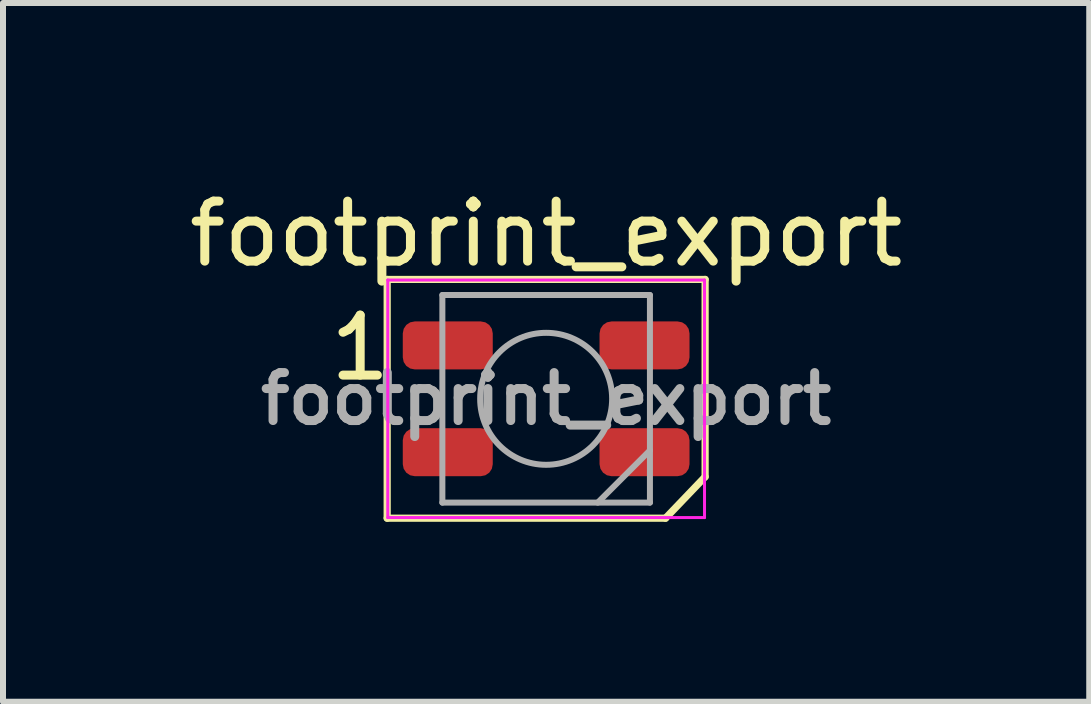
<source format=kicad_pcb>
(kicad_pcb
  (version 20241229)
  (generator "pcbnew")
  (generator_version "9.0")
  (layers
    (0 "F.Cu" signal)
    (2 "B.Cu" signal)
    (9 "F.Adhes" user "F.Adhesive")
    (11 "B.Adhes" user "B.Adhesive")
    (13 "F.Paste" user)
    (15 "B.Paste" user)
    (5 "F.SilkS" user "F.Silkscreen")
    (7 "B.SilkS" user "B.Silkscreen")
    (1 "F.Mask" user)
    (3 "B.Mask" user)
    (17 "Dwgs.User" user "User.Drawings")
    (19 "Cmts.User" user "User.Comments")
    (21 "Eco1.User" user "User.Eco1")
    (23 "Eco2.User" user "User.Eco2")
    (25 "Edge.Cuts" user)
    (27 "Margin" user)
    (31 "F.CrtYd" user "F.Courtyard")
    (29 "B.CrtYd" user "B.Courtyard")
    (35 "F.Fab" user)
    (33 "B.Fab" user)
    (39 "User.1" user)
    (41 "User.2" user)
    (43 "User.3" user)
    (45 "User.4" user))
  (footprint "footprint_export"
    (layer "F.Cu")
    (at 6.054 3.598)
    (property "Reference" "footprint_export" (at 0 -2.75 0) (layer "F.SilkS") (effects (font (size 1 1) (thickness 0.15))))
    (attr smd)
    (fp_line (start -2.65 -1.99) (end -2.65 1.99) (stroke (width 0.12) (type default)) (layer "F.SilkS"))
    (fp_line (start -2.65 -1.99) (end 2.65 -1.99) (stroke (width 0.12) (type solid)) (layer "F.SilkS"))
    (fp_line (start -2.65 1.99) (end 1.99 1.99) (stroke (width 0.12) (type solid)) (layer "F.SilkS"))
    (fp_line (start 2.65 1.3) (end 1.99 1.99) (stroke (width 0.12) (type default)) (layer "F.SilkS"))
    (fp_line (start 2.65 1.3) (end 2.65 -1.99) (stroke (width 0.12) (type solid)) (layer "F.SilkS"))
    (fp_line (start -2.64 -1.98) (end -2.64 1.98) (stroke (width 0.05) (type solid)) (layer "F.CrtYd"))
    (fp_line (start -2.64 1.98) (end 2.64 1.98) (stroke (width 0.05) (type solid)) (layer "F.CrtYd"))
    (fp_line (start 2.64 -1.98) (end -2.64 -1.98) (stroke (width 0.05) (type solid)) (layer "F.CrtYd"))
    (fp_line (start 2.64 1.98) (end 2.64 -1.98) (stroke (width 0.05) (type solid)) (layer "F.CrtYd"))
    (fp_line (start -1.73 -1.73) (end -1.73 1.73) (stroke (width 0.1) (type solid)) (layer "F.Fab"))
    (fp_line (start -1.73 1.73) (end 1.73 1.73) (stroke (width 0.1) (type solid)) (layer "F.Fab"))
    (fp_line (start 1.73 -1.73) (end -1.73 -1.73) (stroke (width 0.1) (type solid)) (layer "F.Fab"))
    (fp_line (start 1.73 0.86) (end 0.86 1.73) (stroke (width 0.1) (type solid)) (layer "F.Fab"))
    (fp_line (start 1.73 1.73) (end 1.73 -1.73) (stroke (width 0.1) (type solid)) (layer "F.Fab"))
    (fp_circle (center 0 0) (end 1.1 0) (stroke (width 0.1) (type solid)) (fill no) (layer "F.Fab"))
    (fp_text user "1" (at -3.1 -0.85 0) (layer "F.SilkS") (effects (font (size 1 1) (thickness 0.15))))
    (fp_text user "${REFERENCE}" (at 0 0 0) (layer "F.Fab") (effects (font (size 0.8 0.8) (thickness 0.15))))
    (pad "1" smd roundrect (at -1.64 -0.89) (size 1.5 0.8) (layers "F.Cu" "F.Mask" "F.Paste") (roundrect_rratio 0.25))
    (pad "2" smd roundrect (at -1.64 0.89) (size 1.5 0.8) (layers "F.Cu" "F.Mask" "F.Paste") (roundrect_rratio 0.25))
    (pad "3" smd roundrect (at 1.64 0.89) (size 1.5 0.8) (layers "F.Cu" "F.Mask" "F.Paste") (roundrect_rratio 0.25))
    (pad "4" smd roundrect (at 1.64 -0.89) (size 1.5 0.8) (layers "F.Cu" "F.Mask" "F.Paste") (roundrect_rratio 0.25)))
  (gr_rect
    (start -3 -3)
    (end 15.107 8.648)
    (stroke (width 0.1) (type default))
    (fill no)
    (layer "Edge.Cuts")))
</source>
